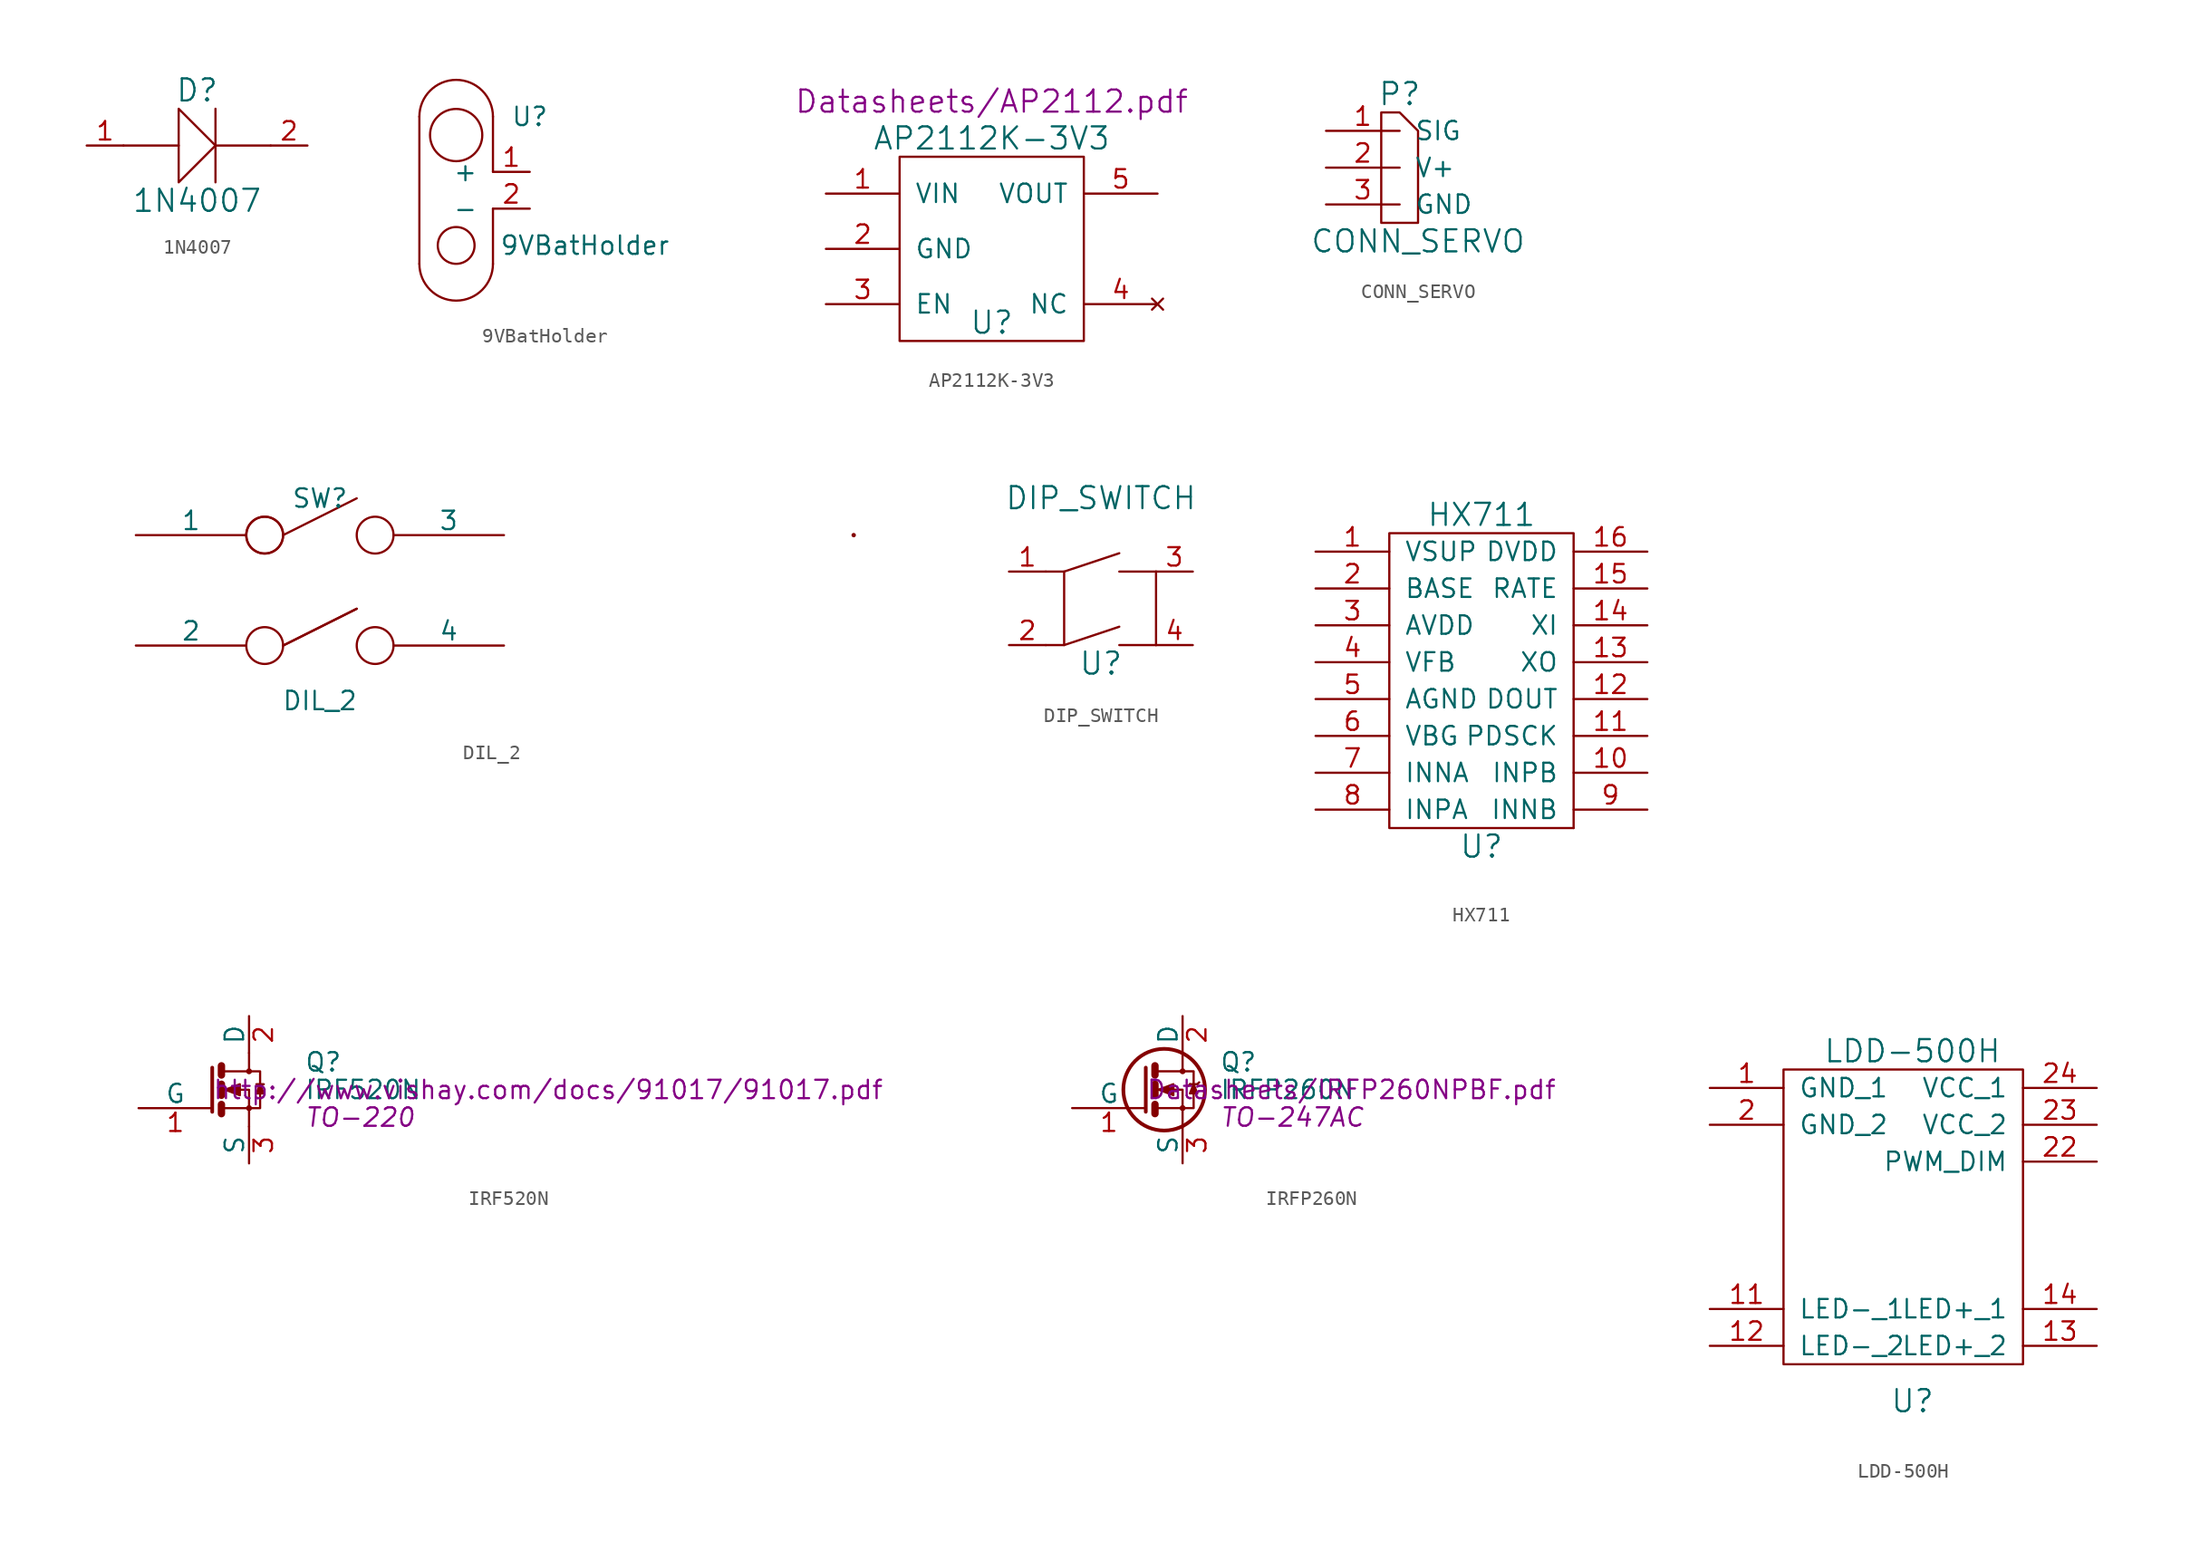
<source format=kicad_sym>
(kicad_symbol_lib
  (version 20220914)
  (generator kicad_symbol_editor)
  (symbol "1N4007"
    (pin_names
      (offset 1.016))
    (property "Reference" "D"
      (at -1.27 3.81 0)
      (effects (font (size 1.524 1.524))))
    (property "Value" "1N4007"
      (at -1.27 -3.81 0)
      (effects (font (size 1.524 1.524))))
    (property "Footprint" ""
      (at 0 0 0)
      (effects (font (size 1.524 1.524))))
    (property "Datasheet" ""
      (at 0 0 0)
      (effects (font (size 1.524 1.524))))
    (symbol "1N4007_0_1"
      (polyline (pts (xy -2.54 0) (xy -6.35 0)) (stroke (width 0) (type solid)) (fill (type none)))
      (polyline (pts (xy 0 0) (xy 3.81 0)) (stroke (width 0) (type solid)) (fill (type none)))
      (polyline (pts (xy 0 2.54) (xy 0 -2.54)) (stroke (width 0) (type solid)) (fill (type none)))
      (polyline (pts (xy -2.54 2.54) (xy -2.54 -2.54) (xy 0 0) (xy -2.54 2.54)) (stroke (width 0) (type solid)) (fill (type none))))
    (symbol "1N4007_1_1"
      (pin passive line (at -8.89 0 0) (length 2.54) (name "~" (effects (font (size 1.27 1.27)))) (number "1" (effects (font (size 1.27 1.27)))))
      (pin passive line (at 6.35 0 180) (length 2.54) (name "~" (effects (font (size 1.27 1.27)))) (number "2" (effects (font (size 1.27 1.27)))))))
  (symbol "9VBatHolder"
    (pin_names
      (offset 1.016))
    (property "Reference" "U"
      (at 0 3.81 0)
      (effects (font (size 1.27 1.27))))
    (property "Value" "9VBatHolder"
      (at 3.81 -5.08 0)
      (effects (font (size 1.27 1.27))))
    (symbol "9VBatHolder_0_1"
      (arc (start -7.62 -6.35) (mid -5.08 -8.879) (end -2.54 -6.35) (stroke (width 0) (type solid)) (fill (type none)))
      (rectangle (start -7.62 3.81) (end -7.62 -6.35) (stroke (width 0) (type solid)) (fill (type none)))
      (circle (center -5.08 -5.08) (radius 1.27) (stroke (width 0) (type solid)) (fill (type none)))
      (circle (center -5.08 2.54) (radius 1.803) (stroke (width 0) (type solid)) (fill (type none)))
      (rectangle (start -2.54 -2.54) (end -2.54 -6.35) (stroke (width 0) (type solid)) (fill (type none)))
      (rectangle (start -2.54 0) (end -2.54 3.81) (stroke (width 0) (type solid)) (fill (type none)))
      (arc (start -2.54 3.81) (mid -5.08 6.339) (end -7.62 3.81) (stroke (width 0) (type solid)) (fill (type none))))
    (symbol "9VBatHolder_1_1"
      (pin input line (at 0 0 180) (length 2.54) (name "+" (effects (font (size 1.27 1.27)))) (number "1" (effects (font (size 1.27 1.27)))))
      (pin input line (at 0 -2.54 180) (length 2.54) (name "-" (effects (font (size 1.27 1.27)))) (number "2" (effects (font (size 1.27 1.27)))))))
  (symbol "AP2112K-3V3"
    (pin_names
      (offset 1.016))
    (property "Reference" "U"
      (at 0 -5.08 0)
      (effects (font (size 1.524 1.524))))
    (property "Value" "AP2112K-3V3"
      (at 0 7.62 0)
      (effects (font (size 1.524 1.524))))
    (property "Footprint" ""
      (at 0 10.16 0)
      (effects (font (size 1.524 1.524))))
    (property "Datasheet" "Datasheets/AP2112.pdf"
      (at 0 10.16 0)
      (effects (font (size 1.524 1.524))))
    (symbol "AP2112K-3V3_0_1"
      (polyline (pts (xy -6.35 5.08) (xy -6.35 -6.35) (xy 6.35 -6.35) (xy 6.35 6.35) (xy -6.35 6.35) (xy -6.35 5.08)) (stroke (width 0) (type solid)) (fill (type none))))
    (symbol "AP2112K-3V3_1_1"
      (pin input line (at -11.43 3.81 0) (length 5.08) (name "VIN" (effects (font (size 1.27 1.27)))) (number "1" (effects (font (size 1.27 1.27)))))
      (pin input line (at -11.43 0 0) (length 5.08) (name "GND" (effects (font (size 1.27 1.27)))) (number "2" (effects (font (size 1.27 1.27)))))
      (pin input line (at -11.43 -3.81 0) (length 5.08) (name "EN" (effects (font (size 1.27 1.27)))) (number "3" (effects (font (size 1.27 1.27)))))
      (pin no_connect line (at 11.43 -3.81 180) (length 5.08) (name "NC" (effects (font (size 1.27 1.27)))) (number "4" (effects (font (size 1.27 1.27)))))
      (pin input line (at 11.43 3.81 180) (length 5.08) (name "VOUT" (effects (font (size 1.27 1.27)))) (number "5" (effects (font (size 1.27 1.27)))))))
  (symbol "CONN_SERVO"
    (pin_names
      (offset 1.016))
    (property "Reference" "P"
      (at 0 5.08 0)
      (effects (font (size 1.524 1.524))))
    (property "Value" "CONN_SERVO"
      (at 1.27 -5.08 0)
      (effects (font (size 1.524 1.524))))
    (property "Footprint" ""
      (at 0 -1.27 0)
      (effects (font (size 1.524 1.524))))
    (property "Datasheet" ""
      (at 0 0 0)
      (effects (font (size 1.524 1.524))))
    (symbol "CONN_SERVO_0_1"
      (polyline (pts (xy -1.27 -3.81) (xy -1.27 3.81) (xy 0 3.81) (xy 1.27 2.54) (xy 1.27 -3.81) (xy -1.27 -3.81)) (stroke (width 0) (type solid)) (fill (type none))))
    (symbol "CONN_SERVO_1_1"
      (pin input line (at -5.08 2.54 0) (length 5.08) (name "SIG" (effects (font (size 1.27 1.27)))) (number "1" (effects (font (size 1.27 1.27)))))
      (pin power_in line (at -5.08 0 0) (length 5.08) (name "V+" (effects (font (size 1.27 1.27)))) (number "2" (effects (font (size 1.27 1.27)))))
      (pin power_out line (at -5.08 -2.54 0) (length 5.08) (name "GND" (effects (font (size 1.27 1.27)))) (number "3" (effects (font (size 1.27 1.27)))))))
  (symbol "DIL_2"
    (pin_numbers hide)
    (pin_names
      (offset 0))
    (property "Reference" "SW"
      (at 0 2.54 0)
      (effects (font (size 1.27 1.27))))
    (property "Value" "DIL_2"
      (at 0 -11.43 0)
      (effects (font (size 1.27 1.27))))
    (property "Footprint" ""
      (at -8.89 1.27 0)
      (effects (font (size 1.27 1.27))))
    (property "Datasheet" ""
      (at -8.89 1.27 0)
      (effects (font (size 1.27 1.27))))
    (symbol "DIL_2_0_0"
      (circle (center -3.81 -7.62) (radius 1.27) (stroke (width 0) (type solid)) (fill (type none)))
      (circle (center -3.81 0) (radius 1.27) (stroke (width 0) (type solid)) (fill (type none)))
      (circle (center -3.81 0) (radius 1.27) (stroke (width 0) (type solid)) (fill (type none)))
      (polyline (pts (xy -2.54 -7.62) (xy 2.54 -5.08)) (stroke (width 0) (type solid)) (fill (type none)))
      (polyline (pts (xy -2.54 -7.62) (xy 2.54 -5.08)) (stroke (width 0) (type solid)) (fill (type none)))
      (polyline (pts (xy -2.54 0) (xy 2.54 2.54)) (stroke (width 0) (type solid)) (fill (type none)))
      (circle (center 3.81 -7.62) (radius 1.27) (stroke (width 0) (type solid)) (fill (type none)))
      (circle (center 3.81 0) (radius 1.27) (stroke (width 0) (type solid)) (fill (type none))))
    (symbol "DIL_2_0_1"
      (circle (center 36.83 0) (radius 0.0001) (stroke (width 0) (type solid)) (fill (type none))))
    (symbol "DIL_2_1_1"
      (pin input line (at -12.7 0 0) (length 7.62) (name "1" (effects (font (size 1.27 1.27)))) (number "1" (effects (font (size 1.27 1.27)))))
      (pin input line (at -12.7 -7.62 0) (length 7.62) (name "2" (effects (font (size 1.27 1.27)))) (number "2" (effects (font (size 1.27 1.27)))))
      (pin input line (at 12.7 0 180) (length 7.62) (name "3" (effects (font (size 1.27 1.27)))) (number "3" (effects (font (size 1.27 1.27)))))
      (pin input line (at 12.7 -7.62 180) (length 7.62) (name "4" (effects (font (size 1.27 1.27)))) (number "4" (effects (font (size 1.27 1.27)))))))
  (symbol "DIP_SWITCH"
    (pin_names
      (offset 1.016) hide)
    (property "Reference" "U"
      (at 0 -3.81 0)
      (effects (font (size 1.524 1.524))))
    (property "Value" "DIP_SWITCH"
      (at 0 7.62 0)
      (effects (font (size 1.524 1.524))))
    (property "Footprint" ""
      (at 0 0 0)
      (effects (font (size 1.524 1.524))))
    (property "Datasheet" ""
      (at 0 0 0)
      (effects (font (size 1.524 1.524))))
    (symbol "DIP_SWITCH_0_1"
      (polyline (pts (xy -2.54 2.54) (xy -2.54 -2.54)) (stroke (width 0) (type solid)) (fill (type none)))
      (polyline (pts (xy 1.27 -2.54) (xy 3.81 -2.54)) (stroke (width 0) (type solid)) (fill (type none)))
      (polyline (pts (xy 1.27 2.54) (xy 3.81 2.54)) (stroke (width 0) (type solid)) (fill (type none)))
      (polyline (pts (xy 3.81 2.54) (xy 3.81 -2.54)) (stroke (width 0) (type solid)) (fill (type none)))
      (polyline (pts (xy -3.81 -2.54) (xy -2.54 -2.54) (xy 1.27 -1.27)) (stroke (width 0) (type solid)) (fill (type none)))
      (polyline (pts (xy -3.81 2.54) (xy -2.54 2.54) (xy 1.27 3.81)) (stroke (width 0) (type solid)) (fill (type none))))
    (symbol "DIP_SWITCH_1_1"
      (pin input line (at -6.35 2.54 0) (length 2.54) (name "1" (effects (font (size 1.27 1.27)))) (number "1" (effects (font (size 1.27 1.27)))))
      (pin input line (at -6.35 -2.54 0) (length 2.54) (name "2" (effects (font (size 1.27 1.27)))) (number "2" (effects (font (size 1.27 1.27)))))
      (pin input line (at 6.35 2.54 180) (length 2.54) (name "3" (effects (font (size 1.27 1.27)))) (number "3" (effects (font (size 1.27 1.27)))))
      (pin input line (at 6.35 -2.54 180) (length 2.54) (name "4" (effects (font (size 1.27 1.27)))) (number "4" (effects (font (size 1.27 1.27)))))))
  (symbol "HX711"
    (pin_names
      (offset 1.016))
    (property "Reference" "U"
      (at 0 -11.43 0)
      (effects (font (size 1.524 1.524))))
    (property "Value" "HX711"
      (at 0 11.43 0)
      (effects (font (size 1.524 1.524))))
    (symbol "HX711_0_1"
      (rectangle (start -6.35 10.16) (end 6.35 -10.16) (stroke (width 0) (type solid)) (fill (type none)))
      (rectangle (start 6.35 -10.16) (end 6.35 -10.16) (stroke (width 0) (type solid)) (fill (type none))))
    (symbol "HX711_1_1"
      (pin input line (at -11.43 8.89 0) (length 5.08) (name "VSUP" (effects (font (size 1.27 1.27)))) (number "1" (effects (font (size 1.27 1.27)))))
      (pin input line (at 11.43 -6.35 180) (length 5.08) (name "INPB" (effects (font (size 1.27 1.27)))) (number "10" (effects (font (size 1.27 1.27)))))
      (pin input line (at 11.43 -3.81 180) (length 5.08) (name "PDSCK" (effects (font (size 1.27 1.27)))) (number "11" (effects (font (size 1.27 1.27)))))
      (pin input line (at 11.43 -1.27 180) (length 5.08) (name "DOUT" (effects (font (size 1.27 1.27)))) (number "12" (effects (font (size 1.27 1.27)))))
      (pin input line (at 11.43 1.27 180) (length 5.08) (name "XO" (effects (font (size 1.27 1.27)))) (number "13" (effects (font (size 1.27 1.27)))))
      (pin input line (at 11.43 3.81 180) (length 5.08) (name "XI" (effects (font (size 1.27 1.27)))) (number "14" (effects (font (size 1.27 1.27)))))
      (pin input line (at 11.43 6.35 180) (length 5.08) (name "RATE" (effects (font (size 1.27 1.27)))) (number "15" (effects (font (size 1.27 1.27)))))
      (pin input line (at 11.43 8.89 180) (length 5.08) (name "DVDD" (effects (font (size 1.27 1.27)))) (number "16" (effects (font (size 1.27 1.27)))))
      (pin input line (at -11.43 6.35 0) (length 5.08) (name "BASE" (effects (font (size 1.27 1.27)))) (number "2" (effects (font (size 1.27 1.27)))))
      (pin input line (at -11.43 3.81 0) (length 5.08) (name "AVDD" (effects (font (size 1.27 1.27)))) (number "3" (effects (font (size 1.27 1.27)))))
      (pin input line (at -11.43 1.27 0) (length 5.08) (name "VFB" (effects (font (size 1.27 1.27)))) (number "4" (effects (font (size 1.27 1.27)))))
      (pin input line (at -11.43 -1.27 0) (length 5.08) (name "AGND" (effects (font (size 1.27 1.27)))) (number "5" (effects (font (size 1.27 1.27)))))
      (pin input line (at -11.43 -3.81 0) (length 5.08) (name "VBG" (effects (font (size 1.27 1.27)))) (number "6" (effects (font (size 1.27 1.27)))))
      (pin input line (at -11.43 -6.35 0) (length 5.08) (name "INNA" (effects (font (size 1.27 1.27)))) (number "7" (effects (font (size 1.27 1.27)))))
      (pin input line (at -11.43 -8.89 0) (length 5.08) (name "INPA" (effects (font (size 1.27 1.27)))) (number "8" (effects (font (size 1.27 1.27)))))
      (pin input line (at 11.43 -8.89 180) (length 5.08) (name "INNB" (effects (font (size 1.27 1.27)))) (number "9" (effects (font (size 1.27 1.27)))))))
  (symbol "IRF520N"
    (pin_names
      (offset 0))
    (property "Reference" "Q"
      (at 6.35 1.905 0)
      (effects (font (size 1.27 1.27)) (justify left)))
    (property "Value" "IRF520N"
      (at 6.35 0 0)
      (effects (font (size 1.27 1.27)) (justify left)))
    (property "Footprint" "TO-220"
      (at 6.35 -1.905 0)
      (effects (font (size 1.27 1.27) italic) (justify left)))
    (property "Datasheet" "http://www.vishay.com/docs/91017/91017.pdf"
      (at 0 0 0)
      (effects (font (size 1.27 1.27)) (justify left)))
    (symbol "IRF520N_0_1"
      (polyline (pts (xy 0.635 -1.016) (xy 0.635 -1.651)) (stroke (width 0.508) (type solid)) (fill (type none)))
      (polyline (pts (xy 0.635 0.381) (xy 0.635 -0.381)) (stroke (width 0.508) (type solid)) (fill (type none)))
      (polyline (pts (xy 0.635 1.651) (xy 0.635 1.016)) (stroke (width 0.508) (type solid)) (fill (type none)))
      (polyline (pts (xy 3.048 0.381) (xy 3.556 0.381)) (stroke (width 0) (type solid)) (fill (type none)))
      (polyline (pts (xy 0 1.524) (xy 0 -1.524) (xy 0 -1.524)) (stroke (width 0.254) (type solid)) (fill (type none)))
      (polyline (pts (xy 0.762 -1.27) (xy 2.54 -1.27) (xy 2.54 -2.54) (xy 2.54 -2.54)) (stroke (width 0) (type solid)) (fill (type none)))
      (polyline (pts (xy 0.762 1.27) (xy 2.54 1.27) (xy 2.54 2.54) (xy 2.54 2.54)) (stroke (width 0) (type solid)) (fill (type none)))
      (polyline (pts (xy 2.54 1.27) (xy 3.302 1.27) (xy 3.302 -1.27) (xy 2.54 -1.27)) (stroke (width 0) (type solid)) (fill (type none)))
      (polyline (pts (xy 3.302 0.381) (xy 3.048 -0.254) (xy 3.556 -0.254) (xy 3.302 0.381)) (stroke (width 0) (type solid)) (fill (type outline)))
      (polyline (pts (xy 0.762 0) (xy 1.27 0) (xy 2.54 0) (xy 2.54 -1.27) (xy 2.54 -1.27)) (stroke (width 0) (type solid)) (fill (type none)))
      (polyline (pts (xy 0.889 0) (xy 1.905 0.381) (xy 1.905 -0.381) (xy 0.889 0) (xy 1.016 0) (xy 1.016 0)) (stroke (width 0) (type solid)) (fill (type outline)))
      (circle (center 2.54 -1.27) (radius 0.127) (stroke (width 0) (type solid)) (fill (type none)))
      (circle (center 2.54 1.27) (radius 0.127) (stroke (width 0) (type solid)) (fill (type none))))
    (symbol "IRF520N_1_1"
      (pin input line (at -5.08 -1.27 0) (length 5.08) (name "G" (effects (font (size 1.27 1.27)))) (number "1" (effects (font (size 1.27 1.27)))))
      (pin passive line (at 2.54 5.08 270) (length 2.54) (name "D" (effects (font (size 1.27 1.27)))) (number "2" (effects (font (size 1.27 1.27)))))
      (pin passive line (at 2.54 -5.08 90) (length 2.54) (name "S" (effects (font (size 1.27 1.27)))) (number "3" (effects (font (size 1.27 1.27)))))))
  (symbol "IRFP260N"
    (pin_names
      (offset 0))
    (property "Reference" "Q"
      (at 5.08 1.905 0)
      (effects (font (size 1.27 1.27)) (justify left)))
    (property "Value" "IRFP260N"
      (at 5.08 0 0)
      (effects (font (size 1.27 1.27)) (justify left)))
    (property "Footprint" "TO-247AC"
      (at 5.08 -1.905 0)
      (effects (font (size 1.27 1.27) italic) (justify left)))
    (property "Datasheet" "Datasheets/IRFP260NPBF.pdf"
      (at 0 0 0)
      (effects (font (size 1.27 1.27)) (justify left)))
    (symbol "IRFP260N_0_1"
      (polyline (pts (xy 0.635 -1.016) (xy 0.635 -1.651)) (stroke (width 0.508) (type solid)) (fill (type none)))
      (polyline (pts (xy 0.635 0.381) (xy 0.635 -0.381)) (stroke (width 0.508) (type solid)) (fill (type none)))
      (polyline (pts (xy 0.635 1.651) (xy 0.635 1.016)) (stroke (width 0.508) (type solid)) (fill (type none)))
      (polyline (pts (xy 3.048 0.381) (xy 2.921 0.254)) (stroke (width 0) (type solid)) (fill (type none)))
      (polyline (pts (xy 3.048 0.381) (xy 3.556 0.381)) (stroke (width 0) (type solid)) (fill (type none)))
      (polyline (pts (xy 3.556 0.381) (xy 3.683 0.508)) (stroke (width 0) (type solid)) (fill (type none)))
      (polyline (pts (xy 0 1.524) (xy 0 -1.524) (xy 0 -1.524)) (stroke (width 0.254) (type solid)) (fill (type none)))
      (polyline (pts (xy 0.762 -1.27) (xy 2.54 -1.27) (xy 2.54 -2.54) (xy 2.54 -2.54)) (stroke (width 0) (type solid)) (fill (type none)))
      (polyline (pts (xy 0.762 1.27) (xy 2.54 1.27) (xy 2.54 2.54) (xy 2.54 2.54)) (stroke (width 0) (type solid)) (fill (type none)))
      (polyline (pts (xy 2.54 1.27) (xy 3.302 1.27) (xy 3.302 -1.27) (xy 2.54 -1.27)) (stroke (width 0) (type solid)) (fill (type none)))
      (polyline (pts (xy 3.302 0.381) (xy 3.048 -0.254) (xy 3.556 -0.254) (xy 3.302 0.381)) (stroke (width 0) (type solid)) (fill (type outline)))
      (polyline (pts (xy 0.762 0) (xy 1.27 0) (xy 2.54 0) (xy 2.54 -1.27) (xy 2.54 -1.27)) (stroke (width 0) (type solid)) (fill (type none)))
      (polyline (pts (xy 0.889 0) (xy 1.905 0.381) (xy 1.905 -0.381) (xy 0.889 0) (xy 1.016 0) (xy 1.016 0)) (stroke (width 0) (type solid)) (fill (type outline)))
      (circle (center 1.27 0) (radius 2.819) (stroke (width 0.254) (type solid)) (fill (type none)))
      (circle (center 2.54 -1.27) (radius 0.127) (stroke (width 0) (type solid)) (fill (type none)))
      (circle (center 2.54 1.27) (radius 0.127) (stroke (width 0) (type solid)) (fill (type none))))
    (symbol "IRFP260N_1_1"
      (pin input line (at -5.08 -1.27 0) (length 5.08) (name "G" (effects (font (size 1.27 1.27)))) (number "1" (effects (font (size 1.27 1.27)))))
      (pin passive line (at 2.54 5.08 270) (length 2.54) (name "D" (effects (font (size 1.27 1.27)))) (number "2" (effects (font (size 1.27 1.27)))))
      (pin passive line (at 2.54 -5.08 90) (length 2.54) (name "S" (effects (font (size 1.27 1.27)))) (number "3" (effects (font (size 1.27 1.27)))))))
  (symbol "LDD-500H"
    (pin_names
      (offset 1.016))
    (property "Reference" "U"
      (at 0 -12.7 0)
      (effects (font (size 1.524 1.524))))
    (property "Value" "LDD-500H"
      (at 0 11.43 0)
      (effects (font (size 1.524 1.524))))
    (symbol "LDD-500H_0_1"
      (polyline (pts (xy -8.89 10.16) (xy -8.89 -10.16) (xy 7.62 -10.16) (xy 7.62 10.16) (xy -8.89 10.16)) (stroke (width 0) (type solid)) (fill (type none))))
    (symbol "LDD-500H_1_1"
      (pin input line (at -13.97 8.89 0) (length 5.08) (name "GND_1" (effects (font (size 1.27 1.27)))) (number "1" (effects (font (size 1.27 1.27)))))
      (pin input line (at -13.97 -6.35 0) (length 5.08) (name "LED-_1" (effects (font (size 1.27 1.27)))) (number "11" (effects (font (size 1.27 1.27)))))
      (pin input line (at -13.97 -8.89 0) (length 5.08) (name "LED-_2" (effects (font (size 1.27 1.27)))) (number "12" (effects (font (size 1.27 1.27)))))
      (pin input line (at 12.7 -8.89 180) (length 5.08) (name "LED+_2" (effects (font (size 1.27 1.27)))) (number "13" (effects (font (size 1.27 1.27)))))
      (pin input line (at 12.7 -6.35 180) (length 5.08) (name "LED+_1" (effects (font (size 1.27 1.27)))) (number "14" (effects (font (size 1.27 1.27)))))
      (pin input line (at -13.97 6.35 0) (length 5.08) (name "GND_2" (effects (font (size 1.27 1.27)))) (number "2" (effects (font (size 1.27 1.27)))))
      (pin input line (at 12.7 3.81 180) (length 5.08) (name "PWM_DIM" (effects (font (size 1.27 1.27)))) (number "22" (effects (font (size 1.27 1.27)))))
      (pin input line (at 12.7 6.35 180) (length 5.08) (name "VCC_2" (effects (font (size 1.27 1.27)))) (number "23" (effects (font (size 1.27 1.27)))))
      (pin input line (at 12.7 8.89 180) (length 5.08) (name "VCC_1" (effects (font (size 1.27 1.27)))) (number "24" (effects (font (size 1.27 1.27))))))))
</source>
